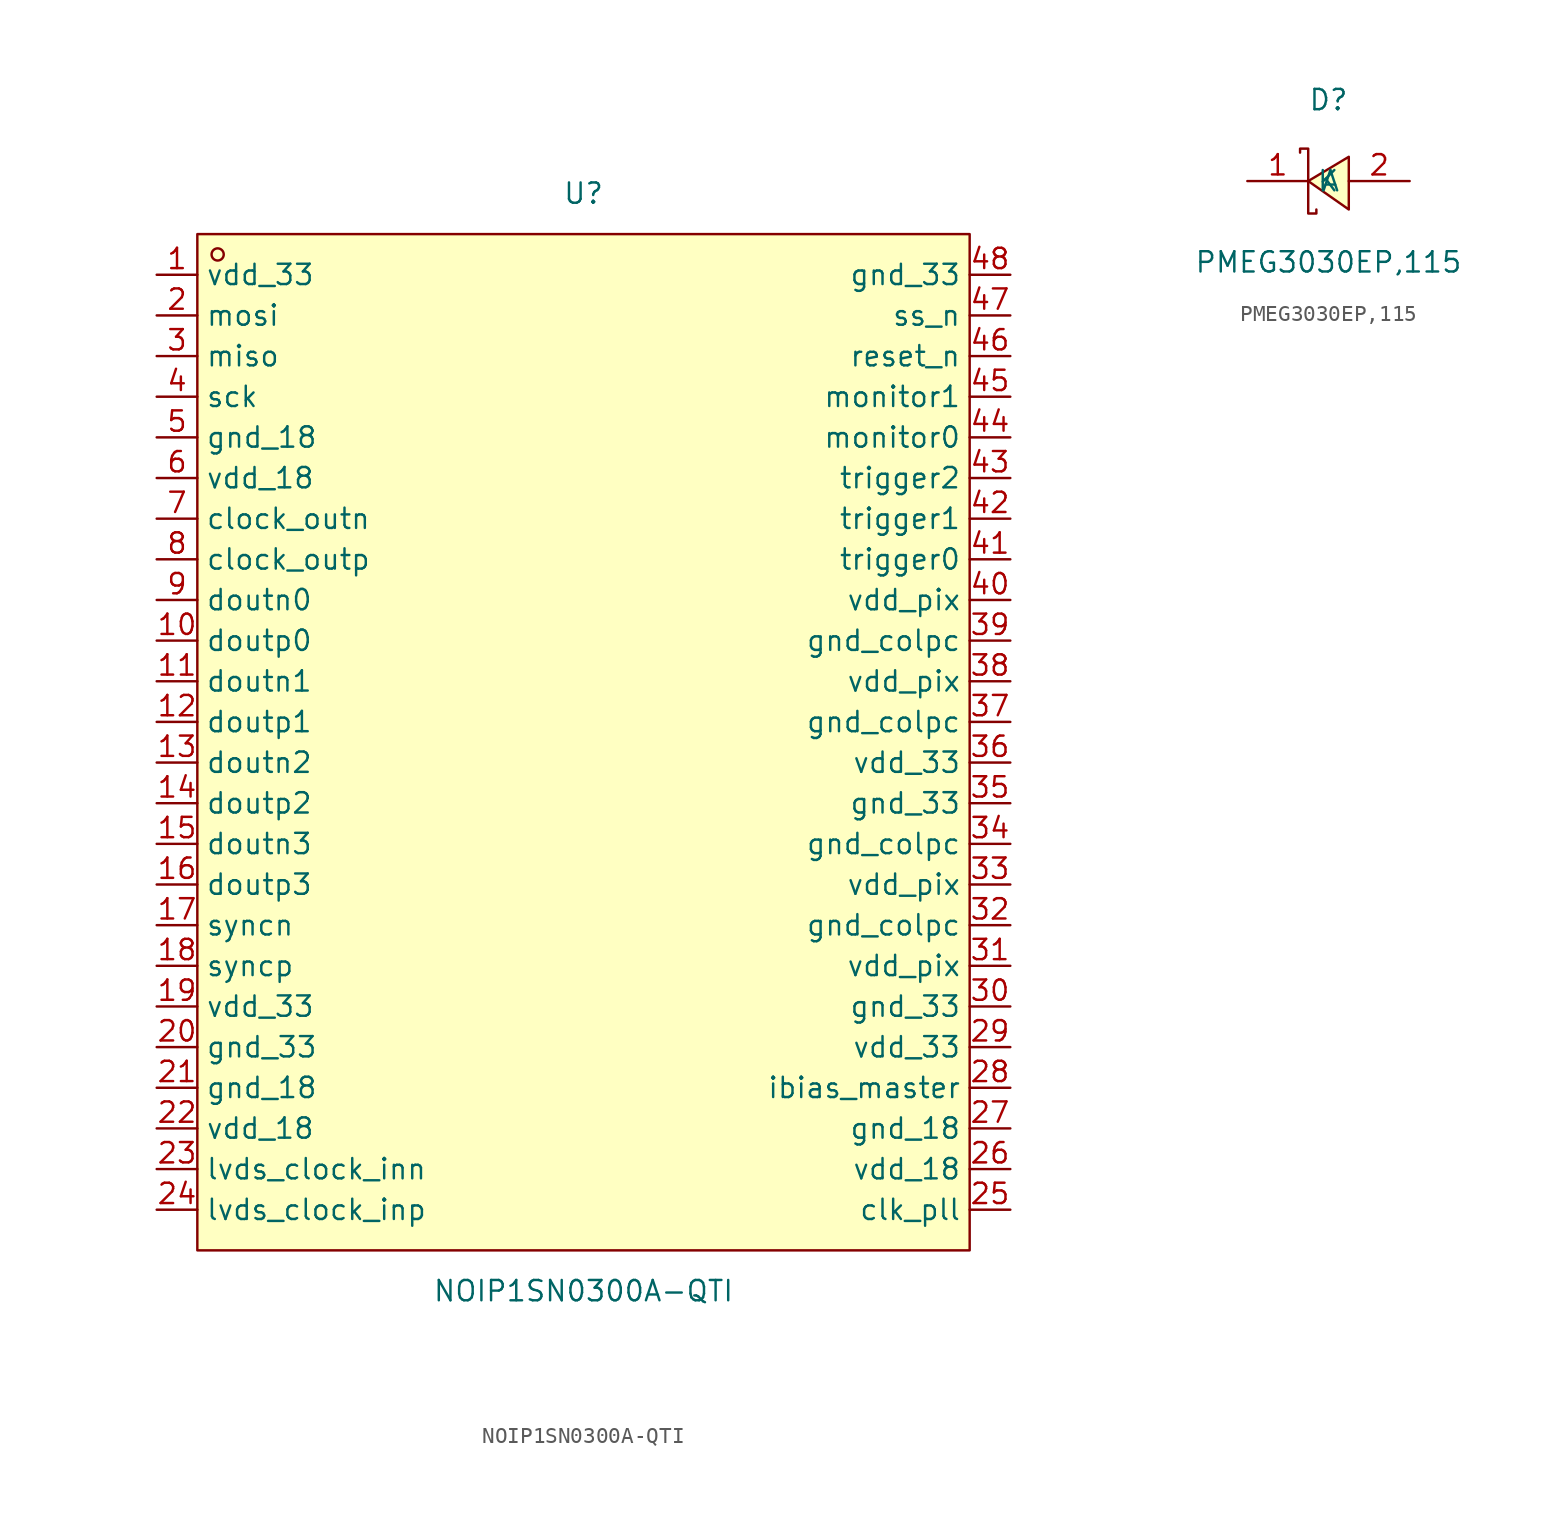
<source format=kicad_sym>
(kicad_symbol_lib
  (version 20241209)
  (generator "kicad_symbol_editor")
  (generator_version "9.0")
  (symbol "NOIP1SN0300A-QTI"
    (property "Reference" "U"
      (at 0 34.29 0)
      (effects (font (size 1.27 1.27))))
    (property "Value" "NOIP1SN0300A-QTI"
      (at 0 -34.29 0)
      (effects (font (size 1.27 1.27))))
    (symbol "NOIP1SN0300A-QTI_0_1"
      (rectangle (start -24.13 31.75) (end 24.13 -31.75) (stroke (width 0) (type default)) (fill (type background)))
      (circle (center -22.86 30.48) (radius 0.38) (stroke (width 0) (type default)) (fill (type none)))
      (pin unspecified line (at -26.67 29.21 0) (length 2.54) (name "vdd_33" (effects (font (size 1.27 1.27)))) (number "1" (effects (font (size 1.27 1.27)))))
      (pin unspecified line (at -26.67 26.67 0) (length 2.54) (name "mosi" (effects (font (size 1.27 1.27)))) (number "2" (effects (font (size 1.27 1.27)))))
      (pin unspecified line (at -26.67 24.13 0) (length 2.54) (name "miso" (effects (font (size 1.27 1.27)))) (number "3" (effects (font (size 1.27 1.27)))))
      (pin unspecified line (at -26.67 21.59 0) (length 2.54) (name "sck" (effects (font (size 1.27 1.27)))) (number "4" (effects (font (size 1.27 1.27)))))
      (pin unspecified line (at -26.67 19.05 0) (length 2.54) (name "gnd_18" (effects (font (size 1.27 1.27)))) (number "5" (effects (font (size 1.27 1.27)))))
      (pin unspecified line (at -26.67 16.51 0) (length 2.54) (name "vdd_18" (effects (font (size 1.27 1.27)))) (number "6" (effects (font (size 1.27 1.27)))))
      (pin unspecified line (at -26.67 13.97 0) (length 2.54) (name "clock_outn" (effects (font (size 1.27 1.27)))) (number "7" (effects (font (size 1.27 1.27)))))
      (pin unspecified line (at -26.67 11.43 0) (length 2.54) (name "clock_outp" (effects (font (size 1.27 1.27)))) (number "8" (effects (font (size 1.27 1.27)))))
      (pin unspecified line (at -26.67 8.89 0) (length 2.54) (name "doutn0" (effects (font (size 1.27 1.27)))) (number "9" (effects (font (size 1.27 1.27)))))
      (pin unspecified line (at -26.67 6.35 0) (length 2.54) (name "doutp0" (effects (font (size 1.27 1.27)))) (number "10" (effects (font (size 1.27 1.27)))))
      (pin unspecified line (at -26.67 3.81 0) (length 2.54) (name "doutn1" (effects (font (size 1.27 1.27)))) (number "11" (effects (font (size 1.27 1.27)))))
      (pin unspecified line (at -26.67 1.27 0) (length 2.54) (name "doutp1" (effects (font (size 1.27 1.27)))) (number "12" (effects (font (size 1.27 1.27)))))
      (pin unspecified line (at -26.67 -1.27 0) (length 2.54) (name "doutn2" (effects (font (size 1.27 1.27)))) (number "13" (effects (font (size 1.27 1.27)))))
      (pin unspecified line (at -26.67 -3.81 0) (length 2.54) (name "doutp2" (effects (font (size 1.27 1.27)))) (number "14" (effects (font (size 1.27 1.27)))))
      (pin unspecified line (at -26.67 -6.35 0) (length 2.54) (name "doutn3" (effects (font (size 1.27 1.27)))) (number "15" (effects (font (size 1.27 1.27)))))
      (pin unspecified line (at -26.67 -8.89 0) (length 2.54) (name "doutp3" (effects (font (size 1.27 1.27)))) (number "16" (effects (font (size 1.27 1.27)))))
      (pin unspecified line (at -26.67 -11.43 0) (length 2.54) (name "syncn" (effects (font (size 1.27 1.27)))) (number "17" (effects (font (size 1.27 1.27)))))
      (pin unspecified line (at -26.67 -13.97 0) (length 2.54) (name "syncp" (effects (font (size 1.27 1.27)))) (number "18" (effects (font (size 1.27 1.27)))))
      (pin unspecified line (at -26.67 -16.51 0) (length 2.54) (name "vdd_33" (effects (font (size 1.27 1.27)))) (number "19" (effects (font (size 1.27 1.27)))))
      (pin unspecified line (at -26.67 -19.05 0) (length 2.54) (name "gnd_33" (effects (font (size 1.27 1.27)))) (number "20" (effects (font (size 1.27 1.27)))))
      (pin unspecified line (at -26.67 -21.59 0) (length 2.54) (name "gnd_18" (effects (font (size 1.27 1.27)))) (number "21" (effects (font (size 1.27 1.27)))))
      (pin unspecified line (at -26.67 -24.13 0) (length 2.54) (name "vdd_18" (effects (font (size 1.27 1.27)))) (number "22" (effects (font (size 1.27 1.27)))))
      (pin unspecified line (at -26.67 -26.67 0) (length 2.54) (name "lvds_clock_inn" (effects (font (size 1.27 1.27)))) (number "23" (effects (font (size 1.27 1.27)))))
      (pin unspecified line (at -26.67 -29.21 0) (length 2.54) (name "lvds_clock_inp" (effects (font (size 1.27 1.27)))) (number "24" (effects (font (size 1.27 1.27)))))
      (pin unspecified line (at 26.67 29.21 180) (length 2.54) (name "gnd_33" (effects (font (size 1.27 1.27)))) (number "48" (effects (font (size 1.27 1.27)))))
      (pin unspecified line (at 26.67 26.67 180) (length 2.54) (name "ss_n" (effects (font (size 1.27 1.27)))) (number "47" (effects (font (size 1.27 1.27)))))
      (pin unspecified line (at 26.67 24.13 180) (length 2.54) (name "reset_n" (effects (font (size 1.27 1.27)))) (number "46" (effects (font (size 1.27 1.27)))))
      (pin unspecified line (at 26.67 21.59 180) (length 2.54) (name "monitor1" (effects (font (size 1.27 1.27)))) (number "45" (effects (font (size 1.27 1.27)))))
      (pin unspecified line (at 26.67 19.05 180) (length 2.54) (name "monitor0" (effects (font (size 1.27 1.27)))) (number "44" (effects (font (size 1.27 1.27)))))
      (pin unspecified line (at 26.67 16.51 180) (length 2.54) (name "trigger2" (effects (font (size 1.27 1.27)))) (number "43" (effects (font (size 1.27 1.27)))))
      (pin unspecified line (at 26.67 13.97 180) (length 2.54) (name "trigger1" (effects (font (size 1.27 1.27)))) (number "42" (effects (font (size 1.27 1.27)))))
      (pin unspecified line (at 26.67 11.43 180) (length 2.54) (name "trigger0" (effects (font (size 1.27 1.27)))) (number "41" (effects (font (size 1.27 1.27)))))
      (pin unspecified line (at 26.67 8.89 180) (length 2.54) (name "vdd_pix" (effects (font (size 1.27 1.27)))) (number "40" (effects (font (size 1.27 1.27)))))
      (pin unspecified line (at 26.67 6.35 180) (length 2.54) (name "gnd_colpc" (effects (font (size 1.27 1.27)))) (number "39" (effects (font (size 1.27 1.27)))))
      (pin unspecified line (at 26.67 3.81 180) (length 2.54) (name "vdd_pix" (effects (font (size 1.27 1.27)))) (number "38" (effects (font (size 1.27 1.27)))))
      (pin unspecified line (at 26.67 1.27 180) (length 2.54) (name "gnd_colpc" (effects (font (size 1.27 1.27)))) (number "37" (effects (font (size 1.27 1.27)))))
      (pin unspecified line (at 26.67 -1.27 180) (length 2.54) (name "vdd_33" (effects (font (size 1.27 1.27)))) (number "36" (effects (font (size 1.27 1.27)))))
      (pin unspecified line (at 26.67 -3.81 180) (length 2.54) (name "gnd_33" (effects (font (size 1.27 1.27)))) (number "35" (effects (font (size 1.27 1.27)))))
      (pin unspecified line (at 26.67 -6.35 180) (length 2.54) (name "gnd_colpc" (effects (font (size 1.27 1.27)))) (number "34" (effects (font (size 1.27 1.27)))))
      (pin unspecified line (at 26.67 -8.89 180) (length 2.54) (name "vdd_pix" (effects (font (size 1.27 1.27)))) (number "33" (effects (font (size 1.27 1.27)))))
      (pin unspecified line (at 26.67 -11.43 180) (length 2.54) (name "gnd_colpc" (effects (font (size 1.27 1.27)))) (number "32" (effects (font (size 1.27 1.27)))))
      (pin unspecified line (at 26.67 -13.97 180) (length 2.54) (name "vdd_pix" (effects (font (size 1.27 1.27)))) (number "31" (effects (font (size 1.27 1.27)))))
      (pin unspecified line (at 26.67 -16.51 180) (length 2.54) (name "gnd_33" (effects (font (size 1.27 1.27)))) (number "30" (effects (font (size 1.27 1.27)))))
      (pin unspecified line (at 26.67 -19.05 180) (length 2.54) (name "vdd_33" (effects (font (size 1.27 1.27)))) (number "29" (effects (font (size 1.27 1.27)))))
      (pin unspecified line (at 26.67 -21.59 180) (length 2.54) (name "ibias_master" (effects (font (size 1.27 1.27)))) (number "28" (effects (font (size 1.27 1.27)))))
      (pin unspecified line (at 26.67 -24.13 180) (length 2.54) (name "gnd_18" (effects (font (size 1.27 1.27)))) (number "27" (effects (font (size 1.27 1.27)))))
      (pin unspecified line (at 26.67 -26.67 180) (length 2.54) (name "vdd_18" (effects (font (size 1.27 1.27)))) (number "26" (effects (font (size 1.27 1.27)))))
      (pin unspecified line (at 26.67 -29.21 180) (length 2.54) (name "clk_pll" (effects (font (size 1.27 1.27)))) (number "25" (effects (font (size 1.27 1.27)))))))
  (symbol "PMEG3030EP,115"
    (property "Reference" "D"
      (at 0 5.08 0)
      (effects (font (size 1.27 1.27))))
    (property "Value" "PMEG3030EP,115"
      (at 0 -5.08 0)
      (effects (font (size 1.27 1.27))))
    (symbol "PMEG3030EP,115_0_1"
      (polyline (pts (xy -1.78 1.78) (xy -1.78 2.03) (xy -1.27 2.03) (xy -1.27 -2.03) (xy -0.76 -2.03) (xy -0.76 -1.78)) (stroke (width 0) (type default)) (fill (type none)))
      (polyline (pts (xy 1.27 1.52) (xy -1.27 0) (xy 1.27 -1.78) (xy 1.27 1.52)) (stroke (width 0) (type default)) (fill (type background)))
      (pin unspecified line (at -5.08 0 0) (length 3.81) (name "K" (effects (font (size 1.27 1.27)))) (number "1" (effects (font (size 1.27 1.27)))))
      (pin unspecified line (at 5.08 0 180) (length 3.81) (name "A" (effects (font (size 1.27 1.27)))) (number "2" (effects (font (size 1.27 1.27))))))))
</source>
